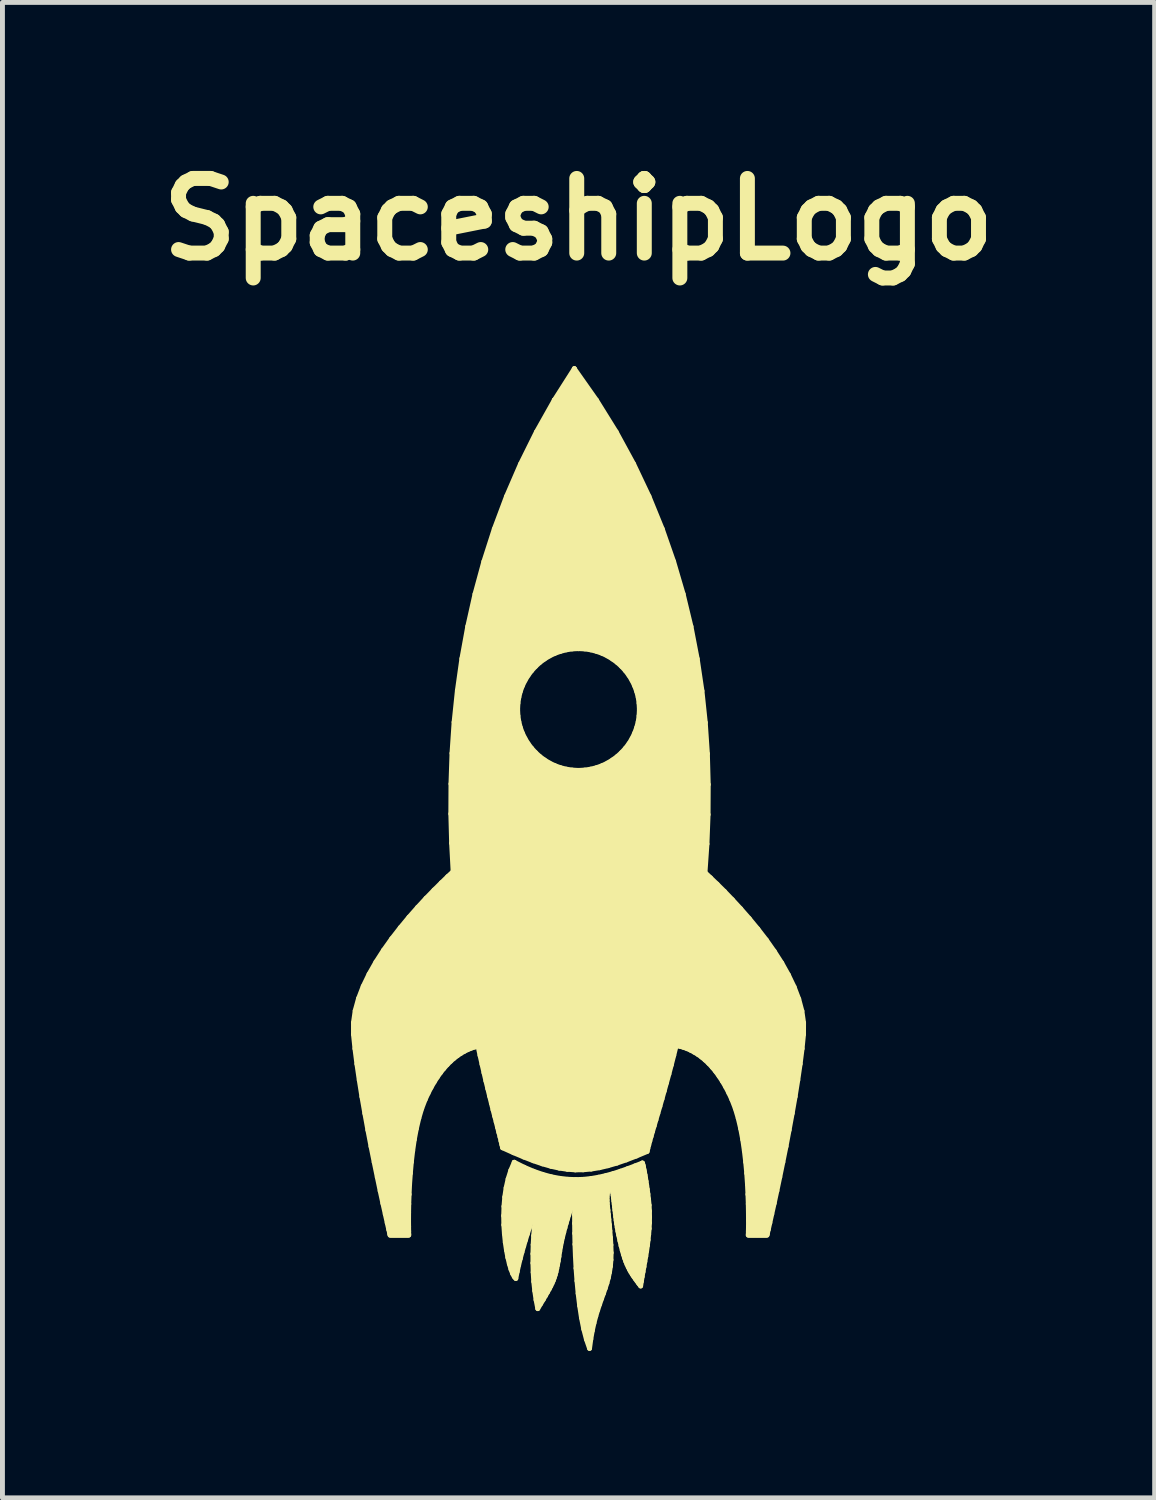
<source format=kicad_pcb>
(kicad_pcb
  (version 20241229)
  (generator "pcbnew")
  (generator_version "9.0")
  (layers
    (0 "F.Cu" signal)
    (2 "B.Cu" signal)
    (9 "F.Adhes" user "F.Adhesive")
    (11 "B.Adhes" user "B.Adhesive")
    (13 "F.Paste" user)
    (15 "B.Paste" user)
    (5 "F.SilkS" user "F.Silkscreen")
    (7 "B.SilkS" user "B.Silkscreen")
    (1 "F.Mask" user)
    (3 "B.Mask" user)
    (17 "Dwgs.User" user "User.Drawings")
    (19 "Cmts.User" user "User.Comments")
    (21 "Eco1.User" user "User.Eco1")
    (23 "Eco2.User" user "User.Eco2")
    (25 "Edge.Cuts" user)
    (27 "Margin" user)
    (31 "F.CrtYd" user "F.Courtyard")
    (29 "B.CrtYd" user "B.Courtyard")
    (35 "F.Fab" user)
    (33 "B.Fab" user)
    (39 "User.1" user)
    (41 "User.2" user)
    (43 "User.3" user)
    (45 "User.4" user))
  (footprint "SpaceshipLogo"
    (layer "F.Cu")
    (at 8.759 14.475)
    (property "Reference" "SpaceshipLogo" (at 0 -13.048 0) (layer "F.SilkS") (effects (font (size 1.524 1.524) (thickness 0.305))))
    (attr through_hole)
    (fp_line (start -4.594 3.349) (end -4.594 3.588) (stroke (width 0.1) (type solid)) (layer "F.SilkS"))
    (fp_line (start -4.594 3.588) (end -4.564 3.88) (stroke (width 0.1) (type solid)) (layer "F.SilkS"))
    (fp_line (start -4.564 3.88) (end -4.524 4.193) (stroke (width 0.1) (type solid)) (layer "F.SilkS"))
    (fp_line (start -4.559 3.105) (end -4.594 3.349) (stroke (width 0.1) (type solid)) (layer "F.SilkS"))
    (fp_line (start -4.524 4.193) (end -4.476 4.521) (stroke (width 0.1) (type solid)) (layer "F.SilkS"))
    (fp_line (start -4.491 2.857) (end -4.559 3.105) (stroke (width 0.1) (type solid)) (layer "F.SilkS"))
    (fp_line (start -4.476 4.521) (end -4.422 4.859) (stroke (width 0.1) (type solid)) (layer "F.SilkS"))
    (fp_line (start -4.422 4.859) (end -4.362 5.201) (stroke (width 0.1) (type solid)) (layer "F.SilkS"))
    (fp_line (start -4.395 2.607) (end -4.491 2.857) (stroke (width 0.1) (type solid)) (layer "F.SilkS"))
    (fp_line (start -4.362 5.201) (end -4.3 5.542) (stroke (width 0.1) (type solid)) (layer "F.SilkS"))
    (fp_line (start -4.3 5.542) (end -4.236 5.876) (stroke (width 0.1) (type solid)) (layer "F.SilkS"))
    (fp_line (start -4.275 2.358) (end -4.395 2.607) (stroke (width 0.1) (type solid)) (layer "F.SilkS"))
    (fp_line (start -4.236 5.876) (end -4.171 6.198) (stroke (width 0.1) (type solid)) (layer "F.SilkS"))
    (fp_line (start -4.171 6.198) (end -4.108 6.502) (stroke (width 0.1) (type solid)) (layer "F.SilkS"))
    (fp_line (start -4.135 2.111) (end -4.275 2.358) (stroke (width 0.1) (type solid)) (layer "F.SilkS"))
    (fp_line (start -4.108 6.502) (end -4.049 6.784) (stroke (width 0.1) (type solid)) (layer "F.SilkS"))
    (fp_line (start -4.049 6.784) (end -3.994 7.037) (stroke (width 0.1) (type solid)) (layer "F.SilkS"))
    (fp_line (start -3.994 7.037) (end -3.945 7.256) (stroke (width 0.1) (type solid)) (layer "F.SilkS"))
    (fp_line (start -3.98 1.87) (end -4.135 2.111) (stroke (width 0.1) (type solid)) (layer "F.SilkS"))
    (fp_line (start -3.945 7.256) (end -3.905 7.436) (stroke (width 0.1) (type solid)) (layer "F.SilkS"))
    (fp_line (start -3.905 7.436) (end -3.874 7.572) (stroke (width 0.1) (type solid)) (layer "F.SilkS"))
    (fp_line (start -3.874 7.572) (end -3.854 7.657) (stroke (width 0.1) (type solid)) (layer "F.SilkS"))
    (fp_line (start -3.854 7.657) (end -3.847 7.687) (stroke (width 0.1) (type solid)) (layer "F.SilkS"))
    (fp_line (start -3.847 7.687) (end -3.823 7.687) (stroke (width 0.1) (type solid)) (layer "F.SilkS"))
    (fp_line (start -3.823 7.687) (end -3.799 7.687) (stroke (width 0.1) (type solid)) (layer "F.SilkS"))
    (fp_line (start -3.813 1.635) (end -3.98 1.87) (stroke (width 0.1) (type solid)) (layer "F.SilkS"))
    (fp_line (start -3.799 7.687) (end -3.775 7.687) (stroke (width 0.1) (type solid)) (layer "F.SilkS"))
    (fp_line (start -3.775 7.687) (end -3.752 7.687) (stroke (width 0.1) (type solid)) (layer "F.SilkS"))
    (fp_line (start -3.752 7.687) (end -3.728 7.687) (stroke (width 0.1) (type solid)) (layer "F.SilkS"))
    (fp_line (start -3.728 7.687) (end -3.704 7.687) (stroke (width 0.1) (type solid)) (layer "F.SilkS"))
    (fp_line (start -3.704 7.687) (end -3.68 7.687) (stroke (width 0.1) (type solid)) (layer "F.SilkS"))
    (fp_line (start -3.68 7.687) (end -3.656 7.687) (stroke (width 0.1) (type solid)) (layer "F.SilkS"))
    (fp_line (start -3.656 7.687) (end -3.632 7.687) (stroke (width 0.1) (type solid)) (layer "F.SilkS"))
    (fp_line (start -3.638 1.41) (end -3.813 1.635) (stroke (width 0.1) (type solid)) (layer "F.SilkS"))
    (fp_line (start -3.632 7.687) (end -3.608 7.687) (stroke (width 0.1) (type solid)) (layer "F.SilkS"))
    (fp_line (start -3.608 7.687) (end -3.584 7.687) (stroke (width 0.1) (type solid)) (layer "F.SilkS"))
    (fp_line (start -3.584 7.687) (end -3.561 7.687) (stroke (width 0.1) (type solid)) (layer "F.SilkS"))
    (fp_line (start -3.561 7.687) (end -3.537 7.687) (stroke (width 0.1) (type solid)) (layer "F.SilkS"))
    (fp_line (start -3.537 7.687) (end -3.513 7.687) (stroke (width 0.1) (type solid)) (layer "F.SilkS"))
    (fp_line (start -3.513 7.687) (end -3.489 7.687) (stroke (width 0.1) (type solid)) (layer "F.SilkS"))
    (fp_line (start -3.489 7.687) (end -3.466 7.687) (stroke (width 0.1) (type solid)) (layer "F.SilkS"))
    (fp_line (start -3.469 7.382) (end -3.468 7.228) (stroke (width 0.1) (type solid)) (layer "F.SilkS"))
    (fp_line (start -3.468 7.509) (end -3.469 7.382) (stroke (width 0.1) (type solid)) (layer "F.SilkS"))
    (fp_line (start -3.468 7.228) (end -3.465 7.051) (stroke (width 0.1) (type solid)) (layer "F.SilkS"))
    (fp_line (start -3.467 7.605) (end -3.468 7.509) (stroke (width 0.1) (type solid)) (layer "F.SilkS"))
    (fp_line (start -3.466 7.666) (end -3.467 7.605) (stroke (width 0.1) (type solid)) (layer "F.SilkS"))
    (fp_line (start -3.466 7.687) (end -3.466 7.666) (stroke (width 0.1) (type solid)) (layer "F.SilkS"))
    (fp_line (start -3.465 7.051) (end -3.458 6.855) (stroke (width 0.1) (type solid)) (layer "F.SilkS"))
    (fp_line (start -3.461 1.196) (end -3.638 1.41) (stroke (width 0.1) (type solid)) (layer "F.SilkS"))
    (fp_line (start -3.458 6.855) (end -3.448 6.644) (stroke (width 0.1) (type solid)) (layer "F.SilkS"))
    (fp_line (start -3.448 6.644) (end -3.432 6.423) (stroke (width 0.1) (type solid)) (layer "F.SilkS"))
    (fp_line (start -3.432 6.423) (end -3.412 6.195) (stroke (width 0.1) (type solid)) (layer "F.SilkS"))
    (fp_line (start -3.412 6.195) (end -3.385 5.965) (stroke (width 0.1) (type solid)) (layer "F.SilkS"))
    (fp_line (start -3.385 5.965) (end -3.352 5.737) (stroke (width 0.1) (type solid)) (layer "F.SilkS"))
    (fp_line (start -3.352 5.737) (end -3.31 5.514) (stroke (width 0.1) (type solid)) (layer "F.SilkS"))
    (fp_line (start -3.31 5.514) (end -3.26 5.302) (stroke (width 0.1) (type solid)) (layer "F.SilkS"))
    (fp_line (start -3.284 0.995) (end -3.461 1.196) (stroke (width 0.1) (type solid)) (layer "F.SilkS"))
    (fp_line (start -3.26 5.302) (end -3.201 5.103) (stroke (width 0.1) (type solid)) (layer "F.SilkS"))
    (fp_line (start -3.201 5.103) (end -3.132 4.923) (stroke (width 0.1) (type solid)) (layer "F.SilkS"))
    (fp_line (start -3.132 4.923) (end -3.072 4.793) (stroke (width 0.1) (type solid)) (layer "F.SilkS"))
    (fp_line (start -3.113 0.81) (end -3.284 0.995) (stroke (width 0.1) (type solid)) (layer "F.SilkS"))
    (fp_line (start -3.072 4.793) (end -3.011 4.674) (stroke (width 0.1) (type solid)) (layer "F.SilkS"))
    (fp_line (start -3.011 4.674) (end -2.947 4.563) (stroke (width 0.1) (type solid)) (layer "F.SilkS"))
    (fp_line (start -2.95 0.643) (end -3.113 0.81) (stroke (width 0.1) (type solid)) (layer "F.SilkS"))
    (fp_line (start -2.947 4.563) (end -2.883 4.462) (stroke (width 0.1) (type solid)) (layer "F.SilkS"))
    (fp_line (start -2.883 4.462) (end -2.817 4.369) (stroke (width 0.1) (type solid)) (layer "F.SilkS"))
    (fp_line (start -2.817 4.369) (end -2.75 4.285) (stroke (width 0.1) (type solid)) (layer "F.SilkS"))
    (fp_line (start -2.801 0.495) (end -2.95 0.643) (stroke (width 0.1) (type solid)) (layer "F.SilkS"))
    (fp_line (start -2.75 4.285) (end -2.682 4.209) (stroke (width 0.1) (type solid)) (layer "F.SilkS"))
    (fp_line (start -2.682 4.209) (end -2.613 4.14) (stroke (width 0.1) (type solid)) (layer "F.SilkS"))
    (fp_line (start -2.67 0.368) (end -2.801 0.495) (stroke (width 0.1) (type solid)) (layer "F.SilkS"))
    (fp_line (start -2.613 4.14) (end -2.544 4.079) (stroke (width 0.1) (type solid)) (layer "F.SilkS"))
    (fp_line (start -2.607 -0.913) (end -2.591 -0.316) (stroke (width 0.1) (type solid)) (layer "F.SilkS"))
    (fp_line (start -2.604 -1.525) (end -2.607 -0.913) (stroke (width 0.1) (type solid)) (layer "F.SilkS"))
    (fp_line (start -2.591 -0.316) (end -2.56 0.266) (stroke (width 0.1) (type solid)) (layer "F.SilkS"))
    (fp_line (start -2.583 -2.15) (end -2.604 -1.525) (stroke (width 0.1) (type solid)) (layer "F.SilkS"))
    (fp_line (start -2.56 0.266) (end -2.67 0.368) (stroke (width 0.1) (type solid)) (layer "F.SilkS"))
    (fp_line (start -2.544 4.079) (end -2.474 4.025) (stroke (width 0.1) (type solid)) (layer "F.SilkS"))
    (fp_line (start -2.54 -2.785) (end -2.583 -2.15) (stroke (width 0.1) (type solid)) (layer "F.SilkS"))
    (fp_line (start -2.474 4.025) (end -2.403 3.977) (stroke (width 0.1) (type solid)) (layer "F.SilkS"))
    (fp_line (start -2.473 -3.429) (end -2.54 -2.785) (stroke (width 0.1) (type solid)) (layer "F.SilkS"))
    (fp_line (start -2.403 3.977) (end -2.333 3.936) (stroke (width 0.1) (type solid)) (layer "F.SilkS"))
    (fp_line (start -2.381 -4.081) (end -2.473 -3.429) (stroke (width 0.1) (type solid)) (layer "F.SilkS"))
    (fp_line (start -2.333 3.936) (end -2.262 3.901) (stroke (width 0.1) (type solid)) (layer "F.SilkS"))
    (fp_line (start -2.262 3.901) (end -2.192 3.871) (stroke (width 0.1) (type solid)) (layer "F.SilkS"))
    (fp_line (start -2.261 -4.739) (end -2.381 -4.081) (stroke (width 0.1) (type solid)) (layer "F.SilkS"))
    (fp_line (start -2.192 3.871) (end -2.122 3.848) (stroke (width 0.1) (type solid)) (layer "F.SilkS"))
    (fp_line (start -2.122 3.848) (end -2.052 3.828) (stroke (width 0.1) (type solid)) (layer "F.SilkS"))
    (fp_line (start -2.113 -5.4) (end -2.261 -4.739) (stroke (width 0.1) (type solid)) (layer "F.SilkS"))
    (fp_line (start -2.052 3.828) (end -2.011 4.016) (stroke (width 0.1) (type solid)) (layer "F.SilkS"))
    (fp_line (start -2.011 4.016) (end -1.97 4.198) (stroke (width 0.1) (type solid)) (layer "F.SilkS"))
    (fp_line (start -1.97 4.198) (end -1.93 4.371) (stroke (width 0.1) (type solid)) (layer "F.SilkS"))
    (fp_line (start -1.932 -6.064) (end -2.113 -5.4) (stroke (width 0.1) (type solid)) (layer "F.SilkS"))
    (fp_line (start -1.93 4.371) (end -1.891 4.538) (stroke (width 0.1) (type solid)) (layer "F.SilkS"))
    (fp_line (start -1.891 4.538) (end -1.852 4.697) (stroke (width 0.1) (type solid)) (layer "F.SilkS"))
    (fp_line (start -1.852 4.697) (end -1.815 4.849) (stroke (width 0.1) (type solid)) (layer "F.SilkS"))
    (fp_line (start -1.815 4.849) (end -1.779 4.993) (stroke (width 0.1) (type solid)) (layer "F.SilkS"))
    (fp_line (start -1.779 4.993) (end -1.745 5.129) (stroke (width 0.1) (type solid)) (layer "F.SilkS"))
    (fp_line (start -1.745 5.129) (end -1.712 5.256) (stroke (width 0.1) (type solid)) (layer "F.SilkS"))
    (fp_line (start -1.719 -6.728) (end -1.932 -6.064) (stroke (width 0.1) (type solid)) (layer "F.SilkS"))
    (fp_line (start -1.712 5.256) (end -1.681 5.375) (stroke (width 0.1) (type solid)) (layer "F.SilkS"))
    (fp_line (start -1.681 5.375) (end -1.653 5.486) (stroke (width 0.1) (type solid)) (layer "F.SilkS"))
    (fp_line (start -1.653 5.486) (end -1.627 5.588) (stroke (width 0.1) (type solid)) (layer "F.SilkS"))
    (fp_line (start -1.627 5.588) (end -1.603 5.68) (stroke (width 0.1) (type solid)) (layer "F.SilkS"))
    (fp_line (start -1.603 5.68) (end -1.583 5.764) (stroke (width 0.1) (type solid)) (layer "F.SilkS"))
    (fp_line (start -1.583 5.764) (end -1.565 5.839) (stroke (width 0.1) (type solid)) (layer "F.SilkS"))
    (fp_line (start -1.565 5.839) (end -1.55 5.904) (stroke (width 0.1) (type solid)) (layer "F.SilkS"))
    (fp_line (start -1.55 5.904) (end -1.326 6.005) (stroke (width 0.1) (type solid)) (layer "F.SilkS"))
    (fp_line (start -1.528 7.291) (end -1.522 7.1) (stroke (width 0.1) (type solid)) (layer "F.SilkS"))
    (fp_line (start -1.525 7.478) (end -1.528 7.291) (stroke (width 0.1) (type solid)) (layer "F.SilkS"))
    (fp_line (start -1.522 7.1) (end -1.506 6.909) (stroke (width 0.1) (type solid)) (layer "F.SilkS"))
    (fp_line (start -1.513 7.66) (end -1.525 7.478) (stroke (width 0.1) (type solid)) (layer "F.SilkS"))
    (fp_line (start -1.506 6.909) (end -1.478 6.721) (stroke (width 0.1) (type solid)) (layer "F.SilkS"))
    (fp_line (start -1.495 7.833) (end -1.513 7.66) (stroke (width 0.1) (type solid)) (layer "F.SilkS"))
    (fp_line (start -1.478 6.721) (end -1.437 6.539) (stroke (width 0.1) (type solid)) (layer "F.SilkS"))
    (fp_line (start -1.471 7.994) (end -1.495 7.833) (stroke (width 0.1) (type solid)) (layer "F.SilkS"))
    (fp_line (start -1.471 -7.391) (end -1.719 -6.728) (stroke (width 0.1) (type solid)) (layer "F.SilkS"))
    (fp_line (start -1.443 8.142) (end -1.471 7.994) (stroke (width 0.1) (type solid)) (layer "F.SilkS"))
    (fp_line (start -1.437 6.539) (end -1.382 6.364) (stroke (width 0.1) (type solid)) (layer "F.SilkS"))
    (fp_line (start -1.412 8.273) (end -1.443 8.142) (stroke (width 0.1) (type solid)) (layer "F.SilkS"))
    (fp_line (start -1.382 6.364) (end -1.312 6.2) (stroke (width 0.1) (type solid)) (layer "F.SilkS"))
    (fp_line (start -1.379 8.384) (end -1.412 8.273) (stroke (width 0.1) (type solid)) (layer "F.SilkS"))
    (fp_line (start -1.345 8.473) (end -1.379 8.384) (stroke (width 0.1) (type solid)) (layer "F.SilkS"))
    (fp_line (start -1.326 6.005) (end -1.116 6.093) (stroke (width 0.1) (type solid)) (layer "F.SilkS"))
    (fp_line (start -1.312 6.2) (end -1.312 6.2) (stroke (width 0.1) (type solid)) (layer "F.SilkS"))
    (fp_line (start -1.312 6.2) (end -1.111 6.301) (stroke (width 0.1) (type solid)) (layer "F.SilkS"))
    (fp_line (start -1.311 8.536) (end -1.345 8.473) (stroke (width 0.1) (type solid)) (layer "F.SilkS"))
    (fp_line (start -1.28 8.572) (end -1.311 8.536) (stroke (width 0.1) (type solid)) (layer "F.SilkS"))
    (fp_line (start -1.252 8.432) (end -1.28 8.572) (stroke (width 0.1) (type solid)) (layer "F.SilkS"))
    (fp_line (start -1.243 -3.042) (end -1.237 -3.17) (stroke (width 0.1) (type solid)) (layer "F.SilkS"))
    (fp_line (start -1.237 -3.17) (end -1.218 -3.293) (stroke (width 0.1) (type solid)) (layer "F.SilkS"))
    (fp_line (start -1.237 -2.915) (end -1.243 -3.042) (stroke (width 0.1) (type solid)) (layer "F.SilkS"))
    (fp_line (start -1.222 8.297) (end -1.252 8.432) (stroke (width 0.1) (type solid)) (layer "F.SilkS"))
    (fp_line (start -1.218 -3.293) (end -1.188 -3.412) (stroke (width 0.1) (type solid)) (layer "F.SilkS"))
    (fp_line (start -1.218 -2.792) (end -1.237 -2.915) (stroke (width 0.1) (type solid)) (layer "F.SilkS"))
    (fp_line (start -1.189 8.165) (end -1.222 8.297) (stroke (width 0.1) (type solid)) (layer "F.SilkS"))
    (fp_line (start -1.188 -3.412) (end -1.146 -3.526) (stroke (width 0.1) (type solid)) (layer "F.SilkS"))
    (fp_line (start -1.188 -2.673) (end -1.218 -2.792) (stroke (width 0.1) (type solid)) (layer "F.SilkS"))
    (fp_line (start -1.185 -8.052) (end -1.471 -7.391) (stroke (width 0.1) (type solid)) (layer "F.SilkS"))
    (fp_line (start -1.155 8.036) (end -1.189 8.165) (stroke (width 0.1) (type solid)) (layer "F.SilkS"))
    (fp_line (start -1.146 -3.526) (end -1.093 -3.635) (stroke (width 0.1) (type solid)) (layer "F.SilkS"))
    (fp_line (start -1.146 -2.559) (end -1.188 -2.673) (stroke (width 0.1) (type solid)) (layer "F.SilkS"))
    (fp_line (start -1.119 7.91) (end -1.155 8.036) (stroke (width 0.1) (type solid)) (layer "F.SilkS"))
    (fp_line (start -1.116 6.093) (end -0.921 6.169) (stroke (width 0.1) (type solid)) (layer "F.SilkS"))
    (fp_line (start -1.111 6.301) (end -0.919 6.383) (stroke (width 0.1) (type solid)) (layer "F.SilkS"))
    (fp_line (start -1.093 -3.635) (end -1.031 -3.737) (stroke (width 0.1) (type solid)) (layer "F.SilkS"))
    (fp_line (start -1.093 -2.45) (end -1.146 -2.559) (stroke (width 0.1) (type solid)) (layer "F.SilkS"))
    (fp_line (start -1.082 7.786) (end -1.119 7.91) (stroke (width 0.1) (type solid)) (layer "F.SilkS"))
    (fp_line (start -1.045 7.664) (end -1.082 7.786) (stroke (width 0.1) (type solid)) (layer "F.SilkS"))
    (fp_line (start -1.031 -3.737) (end -0.959 -3.833) (stroke (width 0.1) (type solid)) (layer "F.SilkS"))
    (fp_line (start -1.031 -2.347) (end -1.093 -2.45) (stroke (width 0.1) (type solid)) (layer "F.SilkS"))
    (fp_line (start -1.007 7.545) (end -1.045 7.664) (stroke (width 0.1) (type solid)) (layer "F.SilkS"))
    (fp_line (start -0.969 7.426) (end -1.007 7.545) (stroke (width 0.1) (type solid)) (layer "F.SilkS"))
    (fp_line (start -0.959 -3.833) (end -0.879 -3.921) (stroke (width 0.1) (type solid)) (layer "F.SilkS"))
    (fp_line (start -0.959 -2.252) (end -1.031 -2.347) (stroke (width 0.1) (type solid)) (layer "F.SilkS"))
    (fp_line (start -0.931 8.068) (end -0.926 7.882) (stroke (width 0.1) (type solid)) (layer "F.SilkS"))
    (fp_line (start -0.931 8.256) (end -0.931 8.068) (stroke (width 0.1) (type solid)) (layer "F.SilkS"))
    (fp_line (start -0.931 7.309) (end -0.969 7.426) (stroke (width 0.1) (type solid)) (layer "F.SilkS"))
    (fp_line (start -0.926 7.882) (end -0.916 7.701) (stroke (width 0.1) (type solid)) (layer "F.SilkS"))
    (fp_line (start -0.926 8.446) (end -0.931 8.256) (stroke (width 0.1) (type solid)) (layer "F.SilkS"))
    (fp_line (start -0.921 6.169) (end -0.736 6.232) (stroke (width 0.1) (type solid)) (layer "F.SilkS"))
    (fp_line (start -0.919 6.383) (end -0.734 6.447) (stroke (width 0.1) (type solid)) (layer "F.SilkS"))
    (fp_line (start -0.916 7.701) (end -0.901 7.527) (stroke (width 0.1) (type solid)) (layer "F.SilkS"))
    (fp_line (start -0.914 8.635) (end -0.926 8.446) (stroke (width 0.1) (type solid)) (layer "F.SilkS"))
    (fp_line (start -0.901 7.527) (end -0.883 7.36) (stroke (width 0.1) (type solid)) (layer "F.SilkS"))
    (fp_line (start -0.894 7.193) (end -0.931 7.309) (stroke (width 0.1) (type solid)) (layer "F.SilkS"))
    (fp_line (start -0.894 8.823) (end -0.914 8.635) (stroke (width 0.1) (type solid)) (layer "F.SilkS"))
    (fp_line (start -0.883 7.36) (end -0.862 7.203) (stroke (width 0.1) (type solid)) (layer "F.SilkS"))
    (fp_line (start -0.879 -3.921) (end -0.791 -4.002) (stroke (width 0.1) (type solid)) (layer "F.SilkS"))
    (fp_line (start -0.879 -2.164) (end -0.959 -2.252) (stroke (width 0.1) (type solid)) (layer "F.SilkS"))
    (fp_line (start -0.867 9.008) (end -0.894 8.823) (stroke (width 0.1) (type solid)) (layer "F.SilkS"))
    (fp_line (start -0.862 7.203) (end -0.838 7.057) (stroke (width 0.1) (type solid)) (layer "F.SilkS"))
    (fp_line (start -0.86 -8.708) (end -1.185 -8.052) (stroke (width 0.1) (type solid)) (layer "F.SilkS"))
    (fp_line (start -0.858 7.078) (end -0.894 7.193) (stroke (width 0.1) (type solid)) (layer "F.SilkS"))
    (fp_line (start -0.838 7.057) (end -0.812 6.923) (stroke (width 0.1) (type solid)) (layer "F.SilkS"))
    (fp_line (start -0.832 9.187) (end -0.867 9.008) (stroke (width 0.1) (type solid)) (layer "F.SilkS"))
    (fp_line (start -0.823 6.962) (end -0.858 7.078) (stroke (width 0.1) (type solid)) (layer "F.SilkS"))
    (fp_line (start -0.812 6.923) (end -0.786 6.804) (stroke (width 0.1) (type solid)) (layer "F.SilkS"))
    (fp_line (start -0.791 -4.002) (end -0.695 -4.073) (stroke (width 0.1) (type solid)) (layer "F.SilkS"))
    (fp_line (start -0.791 -2.083) (end -0.879 -2.164) (stroke (width 0.1) (type solid)) (layer "F.SilkS"))
    (fp_line (start -0.79 6.847) (end -0.823 6.962) (stroke (width 0.1) (type solid)) (layer "F.SilkS"))
    (fp_line (start -0.786 6.804) (end -0.758 6.701) (stroke (width 0.1) (type solid)) (layer "F.SilkS"))
    (fp_line (start -0.773 9.088) (end -0.832 9.187) (stroke (width 0.1) (type solid)) (layer "F.SilkS"))
    (fp_line (start -0.759 6.731) (end -0.79 6.847) (stroke (width 0.1) (type solid)) (layer "F.SilkS"))
    (fp_line (start -0.758 6.701) (end -0.73 6.615) (stroke (width 0.1) (type solid)) (layer "F.SilkS"))
    (fp_line (start -0.736 6.232) (end -0.561 6.282) (stroke (width 0.1) (type solid)) (layer "F.SilkS"))
    (fp_line (start -0.734 6.447) (end -0.556 6.496) (stroke (width 0.1) (type solid)) (layer "F.SilkS"))
    (fp_line (start -0.73 6.615) (end -0.759 6.731) (stroke (width 0.1) (type solid)) (layer "F.SilkS"))
    (fp_line (start -0.72 9.001) (end -0.773 9.088) (stroke (width 0.1) (type solid)) (layer "F.SilkS"))
    (fp_line (start -0.695 -4.073) (end -0.593 -4.136) (stroke (width 0.1) (type solid)) (layer "F.SilkS"))
    (fp_line (start -0.695 -2.012) (end -0.791 -2.083) (stroke (width 0.1) (type solid)) (layer "F.SilkS"))
    (fp_line (start -0.674 8.922) (end -0.72 9.001) (stroke (width 0.1) (type solid)) (layer "F.SilkS"))
    (fp_line (start -0.634 8.852) (end -0.674 8.922) (stroke (width 0.1) (type solid)) (layer "F.SilkS"))
    (fp_line (start -0.598 8.787) (end -0.634 8.852) (stroke (width 0.1) (type solid)) (layer "F.SilkS"))
    (fp_line (start -0.593 -4.136) (end -0.484 -4.188) (stroke (width 0.1) (type solid)) (layer "F.SilkS"))
    (fp_line (start -0.593 -1.949) (end -0.695 -2.012) (stroke (width 0.1) (type solid)) (layer "F.SilkS"))
    (fp_line (start -0.567 8.727) (end -0.598 8.787) (stroke (width 0.1) (type solid)) (layer "F.SilkS"))
    (fp_line (start -0.561 6.282) (end -0.392 6.319) (stroke (width 0.1) (type solid)) (layer "F.SilkS"))
    (fp_line (start -0.556 6.496) (end -0.383 6.528) (stroke (width 0.1) (type solid)) (layer "F.SilkS"))
    (fp_line (start -0.54 8.67) (end -0.567 8.727) (stroke (width 0.1) (type solid)) (layer "F.SilkS"))
    (fp_line (start -0.516 8.615) (end -0.54 8.67) (stroke (width 0.1) (type solid)) (layer "F.SilkS"))
    (fp_line (start -0.496 8.559) (end -0.516 8.615) (stroke (width 0.1) (type solid)) (layer "F.SilkS"))
    (fp_line (start -0.494 -9.358) (end -0.86 -8.708) (stroke (width 0.1) (type solid)) (layer "F.SilkS"))
    (fp_line (start -0.494 -9.358) (end -0.001 -4.285) (stroke (width 0.1) (type solid)) (layer "F.SilkS"))
    (fp_line (start -0.484 -4.188) (end -0.37 -4.229) (stroke (width 0.1) (type solid)) (layer "F.SilkS"))
    (fp_line (start -0.484 -1.897) (end -0.593 -1.949) (stroke (width 0.1) (type solid)) (layer "F.SilkS"))
    (fp_line (start -0.477 8.501) (end -0.496 8.559) (stroke (width 0.1) (type solid)) (layer "F.SilkS"))
    (fp_line (start -0.46 8.439) (end -0.477 8.501) (stroke (width 0.1) (type solid)) (layer "F.SilkS"))
    (fp_line (start -0.445 8.372) (end -0.46 8.439) (stroke (width 0.1) (type solid)) (layer "F.SilkS"))
    (fp_line (start -0.43 8.299) (end -0.445 8.372) (stroke (width 0.1) (type solid)) (layer "F.SilkS"))
    (fp_line (start -0.415 8.216) (end -0.43 8.299) (stroke (width 0.1) (type solid)) (layer "F.SilkS"))
    (fp_line (start -0.4 8.124) (end -0.415 8.216) (stroke (width 0.1) (type solid)) (layer "F.SilkS"))
    (fp_line (start -0.392 6.319) (end -0.228 6.343) (stroke (width 0.1) (type solid)) (layer "F.SilkS"))
    (fp_line (start -0.384 8.02) (end -0.4 8.124) (stroke (width 0.1) (type solid)) (layer "F.SilkS"))
    (fp_line (start -0.383 6.528) (end -0.217 6.547) (stroke (width 0.1) (type solid)) (layer "F.SilkS"))
    (fp_line (start -0.37 -4.229) (end -0.251 -4.26) (stroke (width 0.1) (type solid)) (layer "F.SilkS"))
    (fp_line (start -0.37 -1.855) (end -0.484 -1.897) (stroke (width 0.1) (type solid)) (layer "F.SilkS"))
    (fp_line (start -0.367 7.922) (end -0.384 8.02) (stroke (width 0.1) (type solid)) (layer "F.SilkS"))
    (fp_line (start -0.348 7.824) (end -0.367 7.922) (stroke (width 0.1) (type solid)) (layer "F.SilkS"))
    (fp_line (start -0.326 7.727) (end -0.348 7.824) (stroke (width 0.1) (type solid)) (layer "F.SilkS"))
    (fp_line (start -0.302 7.63) (end -0.326 7.727) (stroke (width 0.1) (type solid)) (layer "F.SilkS"))
    (fp_line (start -0.277 7.536) (end -0.302 7.63) (stroke (width 0.1) (type solid)) (layer "F.SilkS"))
    (fp_line (start -0.252 7.445) (end -0.277 7.536) (stroke (width 0.1) (type solid)) (layer "F.SilkS"))
    (fp_line (start -0.251 -4.26) (end -0.128 -4.279) (stroke (width 0.1) (type solid)) (layer "F.SilkS"))
    (fp_line (start -0.251 -1.825) (end -0.37 -1.855) (stroke (width 0.1) (type solid)) (layer "F.SilkS"))
    (fp_line (start -0.228 6.343) (end -0.066 6.355) (stroke (width 0.1) (type solid)) (layer "F.SilkS"))
    (fp_line (start -0.226 7.358) (end -0.252 7.445) (stroke (width 0.1) (type solid)) (layer "F.SilkS"))
    (fp_line (start -0.217 6.547) (end -0.055 6.553) (stroke (width 0.1) (type solid)) (layer "F.SilkS"))
    (fp_line (start -0.2 7.275) (end -0.226 7.358) (stroke (width 0.1) (type solid)) (layer "F.SilkS"))
    (fp_line (start -0.176 7.2) (end -0.2 7.275) (stroke (width 0.1) (type solid)) (layer "F.SilkS"))
    (fp_line (start -0.153 7.131) (end -0.176 7.2) (stroke (width 0.1) (type solid)) (layer "F.SilkS"))
    (fp_line (start -0.132 7.07) (end -0.153 7.131) (stroke (width 0.1) (type solid)) (layer "F.SilkS"))
    (fp_line (start -0.128 -4.279) (end -0.001 -4.285) (stroke (width 0.1) (type solid)) (layer "F.SilkS"))
    (fp_line (start -0.128 -1.806) (end -0.251 -1.825) (stroke (width 0.1) (type solid)) (layer "F.SilkS"))
    (fp_line (start -0.113 7.018) (end -0.132 7.07) (stroke (width 0.1) (type solid)) (layer "F.SilkS"))
    (fp_line (start -0.098 6.976) (end -0.113 7.018) (stroke (width 0.1) (type solid)) (layer "F.SilkS"))
    (fp_line (start -0.086 6.944) (end -0.098 6.976) (stroke (width 0.1) (type solid)) (layer "F.SilkS"))
    (fp_line (start -0.086 -10) (end -0.085 -10) (stroke (width 0.1) (type solid)) (layer "F.SilkS"))
    (fp_line (start -0.085 -10) (end -0.494 -9.358) (stroke (width 0.1) (type solid)) (layer "F.SilkS"))
    (fp_line (start -0.081 7.27) (end -0.08 7.124) (stroke (width 0.1) (type solid)) (layer "F.SilkS"))
    (fp_line (start -0.08 7.447) (end -0.081 7.27) (stroke (width 0.1) (type solid)) (layer "F.SilkS"))
    (fp_line (start -0.08 7.124) (end -0.078 7.013) (stroke (width 0.1) (type solid)) (layer "F.SilkS"))
    (fp_line (start -0.079 6.925) (end -0.086 6.944) (stroke (width 0.1) (type solid)) (layer "F.SilkS"))
    (fp_line (start -0.078 7.013) (end -0.077 6.943) (stroke (width 0.1) (type solid)) (layer "F.SilkS"))
    (fp_line (start -0.078 7.65) (end -0.08 7.447) (stroke (width 0.1) (type solid)) (layer "F.SilkS"))
    (fp_line (start -0.077 6.943) (end -0.076 6.918) (stroke (width 0.1) (type solid)) (layer "F.SilkS"))
    (fp_line (start -0.076 6.918) (end -0.079 6.925) (stroke (width 0.1) (type solid)) (layer "F.SilkS"))
    (fp_line (start -0.073 7.874) (end -0.078 7.65) (stroke (width 0.1) (type solid)) (layer "F.SilkS"))
    (fp_line (start -0.066 6.355) (end 0.095 6.353) (stroke (width 0.1) (type solid)) (layer "F.SilkS"))
    (fp_line (start -0.064 8.113) (end -0.073 7.874) (stroke (width 0.1) (type solid)) (layer "F.SilkS"))
    (fp_line (start -0.055 6.553) (end 0.103 6.548) (stroke (width 0.1) (type solid)) (layer "F.SilkS"))
    (fp_line (start -0.051 8.363) (end -0.064 8.113) (stroke (width 0.1) (type solid)) (layer "F.SilkS"))
    (fp_line (start -0.032 8.62) (end -0.051 8.363) (stroke (width 0.1) (type solid)) (layer "F.SilkS"))
    (fp_line (start -0.008 8.877) (end -0.032 8.62) (stroke (width 0.1) (type solid)) (layer "F.SilkS"))
    (fp_line (start -0.001 -4.285) (end -0.494 -9.358) (stroke (width 0.1) (type solid)) (layer "F.SilkS"))
    (fp_line (start -0.001 -4.285) (end 0.127 -4.279) (stroke (width 0.1) (type solid)) (layer "F.SilkS"))
    (fp_line (start -0.001 -1.799) (end -0.128 -1.806) (stroke (width 0.1) (type solid)) (layer "F.SilkS"))
    (fp_line (start 0.023 9.129) (end -0.008 8.877) (stroke (width 0.1) (type solid)) (layer "F.SilkS"))
    (fp_line (start 0.06 9.373) (end 0.023 9.129) (stroke (width 0.1) (type solid)) (layer "F.SilkS"))
    (fp_line (start 0.095 6.353) (end 0.258 6.338) (stroke (width 0.1) (type solid)) (layer "F.SilkS"))
    (fp_line (start 0.103 6.548) (end 0.258 6.531) (stroke (width 0.1) (type solid)) (layer "F.SilkS"))
    (fp_line (start 0.106 9.603) (end 0.06 9.373) (stroke (width 0.1) (type solid)) (layer "F.SilkS"))
    (fp_line (start 0.127 -4.279) (end 0.25 -4.26) (stroke (width 0.1) (type solid)) (layer "F.SilkS"))
    (fp_line (start 0.127 -1.806) (end -0.001 -1.799) (stroke (width 0.1) (type solid)) (layer "F.SilkS"))
    (fp_line (start 0.161 9.814) (end 0.106 9.603) (stroke (width 0.1) (type solid)) (layer "F.SilkS"))
    (fp_line (start 0.225 10) (end 0.161 9.814) (stroke (width 0.1) (type solid)) (layer "F.SilkS"))
    (fp_line (start 0.25 -4.26) (end 0.369 -4.229) (stroke (width 0.1) (type solid)) (layer "F.SilkS"))
    (fp_line (start 0.25 -1.825) (end 0.127 -1.806) (stroke (width 0.1) (type solid)) (layer "F.SilkS"))
    (fp_line (start 0.251 9.809) (end 0.225 10) (stroke (width 0.1) (type solid)) (layer "F.SilkS"))
    (fp_line (start 0.258 6.531) (end 0.41 6.505) (stroke (width 0.1) (type solid)) (layer "F.SilkS"))
    (fp_line (start 0.258 6.338) (end 0.426 6.311) (stroke (width 0.1) (type solid)) (layer "F.SilkS"))
    (fp_line (start 0.281 9.638) (end 0.251 9.809) (stroke (width 0.1) (type solid)) (layer "F.SilkS"))
    (fp_line (start 0.315 9.483) (end 0.281 9.638) (stroke (width 0.1) (type solid)) (layer "F.SilkS"))
    (fp_line (start 0.352 9.343) (end 0.315 9.483) (stroke (width 0.1) (type solid)) (layer "F.SilkS"))
    (fp_line (start 0.365 -9.359) (end -0.086 -10) (stroke (width 0.1) (type solid)) (layer "F.SilkS"))
    (fp_line (start 0.369 -4.229) (end 0.484 -4.188) (stroke (width 0.1) (type solid)) (layer "F.SilkS"))
    (fp_line (start 0.369 -1.855) (end 0.25 -1.825) (stroke (width 0.1) (type solid)) (layer "F.SilkS"))
    (fp_line (start 0.391 9.215) (end 0.352 9.343) (stroke (width 0.1) (type solid)) (layer "F.SilkS"))
    (fp_line (start 0.41 6.505) (end 0.56 6.471) (stroke (width 0.1) (type solid)) (layer "F.SilkS"))
    (fp_line (start 0.426 6.311) (end 0.6 6.27) (stroke (width 0.1) (type solid)) (layer "F.SilkS"))
    (fp_line (start 0.431 9.096) (end 0.391 9.215) (stroke (width 0.1) (type solid)) (layer "F.SilkS"))
    (fp_line (start 0.47 8.984) (end 0.431 9.096) (stroke (width 0.1) (type solid)) (layer "F.SilkS"))
    (fp_line (start 0.484 -4.188) (end 0.592 -4.136) (stroke (width 0.1) (type solid)) (layer "F.SilkS"))
    (fp_line (start 0.484 -1.897) (end 0.369 -1.855) (stroke (width 0.1) (type solid)) (layer "F.SilkS"))
    (fp_line (start 0.509 8.877) (end 0.47 8.984) (stroke (width 0.1) (type solid)) (layer "F.SilkS"))
    (fp_line (start 0.545 8.772) (end 0.509 8.877) (stroke (width 0.1) (type solid)) (layer "F.SilkS"))
    (fp_line (start 0.56 6.471) (end 0.709 6.43) (stroke (width 0.1) (type solid)) (layer "F.SilkS"))
    (fp_line (start 0.579 8.667) (end 0.545 8.772) (stroke (width 0.1) (type solid)) (layer "F.SilkS"))
    (fp_line (start 0.582 6.914) (end 0.583 6.969) (stroke (width 0.1) (type solid)) (layer "F.SilkS"))
    (fp_line (start 0.583 6.969) (end 0.586 7.031) (stroke (width 0.1) (type solid)) (layer "F.SilkS"))
    (fp_line (start 0.585 6.864) (end 0.582 6.914) (stroke (width 0.1) (type solid)) (layer "F.SilkS"))
    (fp_line (start 0.586 7.031) (end 0.592 7.1) (stroke (width 0.1) (type solid)) (layer "F.SilkS"))
    (fp_line (start 0.591 6.818) (end 0.585 6.864) (stroke (width 0.1) (type solid)) (layer "F.SilkS"))
    (fp_line (start 0.592 7.1) (end 0.6 7.178) (stroke (width 0.1) (type solid)) (layer "F.SilkS"))
    (fp_line (start 0.592 -4.136) (end 0.694 -4.073) (stroke (width 0.1) (type solid)) (layer "F.SilkS"))
    (fp_line (start 0.592 -1.949) (end 0.484 -1.897) (stroke (width 0.1) (type solid)) (layer "F.SilkS"))
    (fp_line (start 0.6 7.178) (end 0.609 7.266) (stroke (width 0.1) (type solid)) (layer "F.SilkS"))
    (fp_line (start 0.6 6.27) (end 0.782 6.217) (stroke (width 0.1) (type solid)) (layer "F.SilkS"))
    (fp_line (start 0.602 6.776) (end 0.591 6.818) (stroke (width 0.1) (type solid)) (layer "F.SilkS"))
    (fp_line (start 0.608 8.558) (end 0.579 8.667) (stroke (width 0.1) (type solid)) (layer "F.SilkS"))
    (fp_line (start 0.609 7.266) (end 0.619 7.365) (stroke (width 0.1) (type solid)) (layer "F.SilkS"))
    (fp_line (start 0.617 6.736) (end 0.602 6.776) (stroke (width 0.1) (type solid)) (layer "F.SilkS"))
    (fp_line (start 0.619 7.365) (end 0.63 7.475) (stroke (width 0.1) (type solid)) (layer "F.SilkS"))
    (fp_line (start 0.63 7.475) (end 0.64 7.598) (stroke (width 0.1) (type solid)) (layer "F.SilkS"))
    (fp_line (start 0.632 8.445) (end 0.608 8.558) (stroke (width 0.1) (type solid)) (layer "F.SilkS"))
    (fp_line (start 0.638 6.697) (end 0.617 6.736) (stroke (width 0.1) (type solid)) (layer "F.SilkS"))
    (fp_line (start 0.64 7.598) (end 0.651 7.735) (stroke (width 0.1) (type solid)) (layer "F.SilkS"))
    (fp_line (start 0.651 8.323) (end 0.632 8.445) (stroke (width 0.1) (type solid)) (layer "F.SilkS"))
    (fp_line (start 0.651 7.735) (end 0.661 7.887) (stroke (width 0.1) (type solid)) (layer "F.SilkS"))
    (fp_line (start 0.661 7.887) (end 0.666 8.047) (stroke (width 0.1) (type solid)) (layer "F.SilkS"))
    (fp_line (start 0.662 8.191) (end 0.651 8.323) (stroke (width 0.1) (type solid)) (layer "F.SilkS"))
    (fp_line (start 0.663 6.658) (end 0.638 6.697) (stroke (width 0.1) (type solid)) (layer "F.SilkS"))
    (fp_line (start 0.666 8.047) (end 0.662 8.191) (stroke (width 0.1) (type solid)) (layer "F.SilkS"))
    (fp_line (start 0.676 6.711) (end 0.663 6.658) (stroke (width 0.1) (type solid)) (layer "F.SilkS"))
    (fp_line (start 0.688 6.765) (end 0.676 6.711) (stroke (width 0.1) (type solid)) (layer "F.SilkS"))
    (fp_line (start 0.694 -4.073) (end 0.79 -4.002) (stroke (width 0.1) (type solid)) (layer "F.SilkS"))
    (fp_line (start 0.694 -2.012) (end 0.592 -1.949) (stroke (width 0.1) (type solid)) (layer "F.SilkS"))
    (fp_line (start 0.698 6.819) (end 0.688 6.765) (stroke (width 0.1) (type solid)) (layer "F.SilkS"))
    (fp_line (start 0.707 6.875) (end 0.698 6.819) (stroke (width 0.1) (type solid)) (layer "F.SilkS"))
    (fp_line (start 0.709 6.43) (end 0.857 6.382) (stroke (width 0.1) (type solid)) (layer "F.SilkS"))
    (fp_line (start 0.715 6.933) (end 0.707 6.875) (stroke (width 0.1) (type solid)) (layer "F.SilkS"))
    (fp_line (start 0.722 6.992) (end 0.715 6.933) (stroke (width 0.1) (type solid)) (layer "F.SilkS"))
    (fp_line (start 0.729 7.052) (end 0.722 6.992) (stroke (width 0.1) (type solid)) (layer "F.SilkS"))
    (fp_line (start 0.736 7.115) (end 0.729 7.052) (stroke (width 0.1) (type solid)) (layer "F.SilkS"))
    (fp_line (start 0.743 7.179) (end 0.736 7.115) (stroke (width 0.1) (type solid)) (layer "F.SilkS"))
    (fp_line (start 0.751 7.245) (end 0.743 7.179) (stroke (width 0.1) (type solid)) (layer "F.SilkS"))
    (fp_line (start 0.759 7.313) (end 0.751 7.245) (stroke (width 0.1) (type solid)) (layer "F.SilkS"))
    (fp_line (start 0.768 -8.71) (end 0.365 -9.359) (stroke (width 0.1) (type solid)) (layer "F.SilkS"))
    (fp_line (start 0.768 7.383) (end 0.759 7.313) (stroke (width 0.1) (type solid)) (layer "F.SilkS"))
    (fp_line (start 0.778 7.455) (end 0.768 7.383) (stroke (width 0.1) (type solid)) (layer "F.SilkS"))
    (fp_line (start 0.782 6.217) (end 0.974 6.151) (stroke (width 0.1) (type solid)) (layer "F.SilkS"))
    (fp_line (start 0.79 -4.002) (end 0.879 -3.921) (stroke (width 0.1) (type solid)) (layer "F.SilkS"))
    (fp_line (start 0.79 -2.083) (end 0.694 -2.012) (stroke (width 0.1) (type solid)) (layer "F.SilkS"))
    (fp_line (start 0.79 7.53) (end 0.778 7.455) (stroke (width 0.1) (type solid)) (layer "F.SilkS"))
    (fp_line (start 0.804 7.607) (end 0.79 7.53) (stroke (width 0.1) (type solid)) (layer "F.SilkS"))
    (fp_line (start 0.82 7.686) (end 0.804 7.607) (stroke (width 0.1) (type solid)) (layer "F.SilkS"))
    (fp_line (start 0.845 7.801) (end 0.82 7.686) (stroke (width 0.1) (type solid)) (layer "F.SilkS"))
    (fp_line (start 0.857 6.382) (end 1.004 6.33) (stroke (width 0.1) (type solid)) (layer "F.SilkS"))
    (fp_line (start 0.869 7.905) (end 0.845 7.801) (stroke (width 0.1) (type solid)) (layer "F.SilkS"))
    (fp_line (start 0.879 -3.921) (end 0.959 -3.833) (stroke (width 0.1) (type solid)) (layer "F.SilkS"))
    (fp_line (start 0.879 -2.164) (end 0.79 -2.083) (stroke (width 0.1) (type solid)) (layer "F.SilkS"))
    (fp_line (start 0.893 7.998) (end 0.869 7.905) (stroke (width 0.1) (type solid)) (layer "F.SilkS"))
    (fp_line (start 0.917 8.081) (end 0.893 7.998) (stroke (width 0.1) (type solid)) (layer "F.SilkS"))
    (fp_line (start 0.941 8.156) (end 0.917 8.081) (stroke (width 0.1) (type solid)) (layer "F.SilkS"))
    (fp_line (start 0.959 -3.833) (end 1.031 -3.737) (stroke (width 0.1) (type solid)) (layer "F.SilkS"))
    (fp_line (start 0.959 -2.252) (end 0.879 -2.164) (stroke (width 0.1) (type solid)) (layer "F.SilkS"))
    (fp_line (start 0.965 8.224) (end 0.941 8.156) (stroke (width 0.1) (type solid)) (layer "F.SilkS"))
    (fp_line (start 0.974 6.151) (end 1.18 6.072) (stroke (width 0.1) (type solid)) (layer "F.SilkS"))
    (fp_line (start 0.99 8.285) (end 0.965 8.224) (stroke (width 0.1) (type solid)) (layer "F.SilkS"))
    (fp_line (start 1.004 6.33) (end 1.153 6.274) (stroke (width 0.1) (type solid)) (layer "F.SilkS"))
    (fp_line (start 1.016 8.341) (end 0.99 8.285) (stroke (width 0.1) (type solid)) (layer "F.SilkS"))
    (fp_line (start 1.031 -3.737) (end 1.093 -3.635) (stroke (width 0.1) (type solid)) (layer "F.SilkS"))
    (fp_line (start 1.031 -2.347) (end 0.959 -2.252) (stroke (width 0.1) (type solid)) (layer "F.SilkS"))
    (fp_line (start 1.042 8.393) (end 1.016 8.341) (stroke (width 0.1) (type solid)) (layer "F.SilkS"))
    (fp_line (start 1.069 8.441) (end 1.042 8.393) (stroke (width 0.1) (type solid)) (layer "F.SilkS"))
    (fp_line (start 1.093 -3.635) (end 1.145 -3.526) (stroke (width 0.1) (type solid)) (layer "F.SilkS"))
    (fp_line (start 1.093 -2.45) (end 1.031 -2.347) (stroke (width 0.1) (type solid)) (layer "F.SilkS"))
    (fp_line (start 1.098 8.488) (end 1.069 8.441) (stroke (width 0.1) (type solid)) (layer "F.SilkS"))
    (fp_line (start 1.125 -8.054) (end 0.768 -8.71) (stroke (width 0.1) (type solid)) (layer "F.SilkS"))
    (fp_line (start 1.128 8.533) (end 1.098 8.488) (stroke (width 0.1) (type solid)) (layer "F.SilkS"))
    (fp_line (start 1.145 -3.526) (end 1.187 -3.412) (stroke (width 0.1) (type solid)) (layer "F.SilkS"))
    (fp_line (start 1.145 -2.559) (end 1.093 -2.45) (stroke (width 0.1) (type solid)) (layer "F.SilkS"))
    (fp_line (start 1.153 6.274) (end 1.303 6.215) (stroke (width 0.1) (type solid)) (layer "F.SilkS"))
    (fp_line (start 1.16 8.579) (end 1.128 8.533) (stroke (width 0.1) (type solid)) (layer "F.SilkS"))
    (fp_line (start 1.18 6.072) (end 1.4 5.98) (stroke (width 0.1) (type solid)) (layer "F.SilkS"))
    (fp_line (start 1.187 -3.412) (end 1.218 -3.293) (stroke (width 0.1) (type solid)) (layer "F.SilkS"))
    (fp_line (start 1.187 -2.673) (end 1.145 -2.559) (stroke (width 0.1) (type solid)) (layer "F.SilkS"))
    (fp_line (start 1.194 8.625) (end 1.16 8.579) (stroke (width 0.1) (type solid)) (layer "F.SilkS"))
    (fp_line (start 1.218 -3.293) (end 1.236 -3.17) (stroke (width 0.1) (type solid)) (layer "F.SilkS"))
    (fp_line (start 1.218 -2.792) (end 1.187 -2.673) (stroke (width 0.1) (type solid)) (layer "F.SilkS"))
    (fp_line (start 1.229 8.674) (end 1.194 8.625) (stroke (width 0.1) (type solid)) (layer "F.SilkS"))
    (fp_line (start 1.236 -3.17) (end 1.242 -3.042) (stroke (width 0.1) (type solid)) (layer "F.SilkS"))
    (fp_line (start 1.236 -2.915) (end 1.218 -2.792) (stroke (width 0.1) (type solid)) (layer "F.SilkS"))
    (fp_line (start 1.242 -3.042) (end 1.236 -2.915) (stroke (width 0.1) (type solid)) (layer "F.SilkS"))
    (fp_line (start 1.268 8.725) (end 1.229 8.674) (stroke (width 0.1) (type solid)) (layer "F.SilkS"))
    (fp_line (start 1.283 8.631) (end 1.268 8.725) (stroke (width 0.1) (type solid)) (layer "F.SilkS"))
    (fp_line (start 1.299 8.534) (end 1.283 8.631) (stroke (width 0.1) (type solid)) (layer "F.SilkS"))
    (fp_line (start 1.303 6.215) (end 1.303 6.217) (stroke (width 0.1) (type solid)) (layer "F.SilkS"))
    (fp_line (start 1.303 6.217) (end 1.305 6.223) (stroke (width 0.1) (type solid)) (layer "F.SilkS"))
    (fp_line (start 1.305 6.223) (end 1.309 6.232) (stroke (width 0.1) (type solid)) (layer "F.SilkS"))
    (fp_line (start 1.309 6.232) (end 1.313 6.247) (stroke (width 0.1) (type solid)) (layer "F.SilkS"))
    (fp_line (start 1.313 6.247) (end 1.318 6.267) (stroke (width 0.1) (type solid)) (layer "F.SilkS"))
    (fp_line (start 1.317 8.434) (end 1.299 8.534) (stroke (width 0.1) (type solid)) (layer "F.SilkS"))
    (fp_line (start 1.318 6.267) (end 1.324 6.293) (stroke (width 0.1) (type solid)) (layer "F.SilkS"))
    (fp_line (start 1.324 6.293) (end 1.331 6.325) (stroke (width 0.1) (type solid)) (layer "F.SilkS"))
    (fp_line (start 1.331 6.325) (end 1.339 6.363) (stroke (width 0.1) (type solid)) (layer "F.SilkS"))
    (fp_line (start 1.336 8.331) (end 1.317 8.434) (stroke (width 0.1) (type solid)) (layer "F.SilkS"))
    (fp_line (start 1.339 6.363) (end 1.348 6.408) (stroke (width 0.1) (type solid)) (layer "F.SilkS"))
    (fp_line (start 1.348 6.408) (end 1.358 6.461) (stroke (width 0.1) (type solid)) (layer "F.SilkS"))
    (fp_line (start 1.354 8.226) (end 1.336 8.331) (stroke (width 0.1) (type solid)) (layer "F.SilkS"))
    (fp_line (start 1.358 6.461) (end 1.368 6.521) (stroke (width 0.1) (type solid)) (layer "F.SilkS"))
    (fp_line (start 1.368 6.521) (end 1.379 6.589) (stroke (width 0.1) (type solid)) (layer "F.SilkS"))
    (fp_line (start 1.373 8.119) (end 1.354 8.226) (stroke (width 0.1) (type solid)) (layer "F.SilkS"))
    (fp_line (start 1.379 6.589) (end 1.391 6.666) (stroke (width 0.1) (type solid)) (layer "F.SilkS"))
    (fp_line (start 1.39 8.01) (end 1.373 8.119) (stroke (width 0.1) (type solid)) (layer "F.SilkS"))
    (fp_line (start 1.391 6.666) (end 1.403 6.752) (stroke (width 0.1) (type solid)) (layer "F.SilkS"))
    (fp_line (start 1.4 5.98) (end 1.414 5.92) (stroke (width 0.1) (type solid)) (layer "F.SilkS"))
    (fp_line (start 1.403 6.752) (end 1.416 6.847) (stroke (width 0.1) (type solid)) (layer "F.SilkS"))
    (fp_line (start 1.406 7.898) (end 1.39 8.01) (stroke (width 0.1) (type solid)) (layer "F.SilkS"))
    (fp_line (start 1.414 5.92) (end 1.433 5.848) (stroke (width 0.1) (type solid)) (layer "F.SilkS"))
    (fp_line (start 1.416 6.847) (end 1.429 6.953) (stroke (width 0.1) (type solid)) (layer "F.SilkS"))
    (fp_line (start 1.42 7.785) (end 1.406 7.898) (stroke (width 0.1) (type solid)) (layer "F.SilkS"))
    (fp_line (start 1.429 6.953) (end 1.441 7.075) (stroke (width 0.1) (type solid)) (layer "F.SilkS"))
    (fp_line (start 1.432 7.67) (end 1.42 7.785) (stroke (width 0.1) (type solid)) (layer "F.SilkS"))
    (fp_line (start 1.433 5.848) (end 1.455 5.766) (stroke (width 0.1) (type solid)) (layer "F.SilkS"))
    (fp_line (start 1.438 -7.393) (end 1.125 -8.054) (stroke (width 0.1) (type solid)) (layer "F.SilkS"))
    (fp_line (start 1.441 7.075) (end 1.448 7.196) (stroke (width 0.1) (type solid)) (layer "F.SilkS"))
    (fp_line (start 1.442 7.554) (end 1.432 7.67) (stroke (width 0.1) (type solid)) (layer "F.SilkS"))
    (fp_line (start 1.448 7.196) (end 1.45 7.317) (stroke (width 0.1) (type solid)) (layer "F.SilkS"))
    (fp_line (start 1.448 7.436) (end 1.442 7.554) (stroke (width 0.1) (type solid)) (layer "F.SilkS"))
    (fp_line (start 1.45 7.317) (end 1.448 7.436) (stroke (width 0.1) (type solid)) (layer "F.SilkS"))
    (fp_line (start 1.455 5.766) (end 1.481 5.673) (stroke (width 0.1) (type solid)) (layer "F.SilkS"))
    (fp_line (start 1.481 5.673) (end 1.511 5.57) (stroke (width 0.1) (type solid)) (layer "F.SilkS"))
    (fp_line (start 1.511 5.57) (end 1.544 5.457) (stroke (width 0.1) (type solid)) (layer "F.SilkS"))
    (fp_line (start 1.544 5.457) (end 1.58 5.334) (stroke (width 0.1) (type solid)) (layer "F.SilkS"))
    (fp_line (start 1.58 5.334) (end 1.619 5.201) (stroke (width 0.1) (type solid)) (layer "F.SilkS"))
    (fp_line (start 1.619 5.201) (end 1.661 5.058) (stroke (width 0.1) (type solid)) (layer "F.SilkS"))
    (fp_line (start 1.661 5.058) (end 1.704 4.907) (stroke (width 0.1) (type solid)) (layer "F.SilkS"))
    (fp_line (start 1.704 4.907) (end 1.749 4.746) (stroke (width 0.1) (type solid)) (layer "F.SilkS"))
    (fp_line (start 1.709 -6.729) (end 1.438 -7.393) (stroke (width 0.1) (type solid)) (layer "F.SilkS"))
    (fp_line (start 1.749 4.746) (end 1.796 4.577) (stroke (width 0.1) (type solid)) (layer "F.SilkS"))
    (fp_line (start 1.796 4.577) (end 1.845 4.399) (stroke (width 0.1) (type solid)) (layer "F.SilkS"))
    (fp_line (start 1.845 4.399) (end 1.894 4.213) (stroke (width 0.1) (type solid)) (layer "F.SilkS"))
    (fp_line (start 1.894 4.213) (end 1.944 4.018) (stroke (width 0.1) (type solid)) (layer "F.SilkS"))
    (fp_line (start 1.941 -6.064) (end 1.709 -6.729) (stroke (width 0.1) (type solid)) (layer "F.SilkS"))
    (fp_line (start 1.944 4.018) (end 1.994 3.816) (stroke (width 0.1) (type solid)) (layer "F.SilkS"))
    (fp_line (start 1.994 3.816) (end 2.067 3.832) (stroke (width 0.1) (type solid)) (layer "F.SilkS"))
    (fp_line (start 2.067 3.832) (end 2.141 3.853) (stroke (width 0.1) (type solid)) (layer "F.SilkS"))
    (fp_line (start 2.136 -5.399) (end 1.941 -6.064) (stroke (width 0.1) (type solid)) (layer "F.SilkS"))
    (fp_line (start 2.141 3.853) (end 2.215 3.88) (stroke (width 0.1) (type solid)) (layer "F.SilkS"))
    (fp_line (start 2.215 3.88) (end 2.289 3.913) (stroke (width 0.1) (type solid)) (layer "F.SilkS"))
    (fp_line (start 2.289 3.913) (end 2.363 3.953) (stroke (width 0.1) (type solid)) (layer "F.SilkS"))
    (fp_line (start 2.296 -4.736) (end 2.136 -5.399) (stroke (width 0.1) (type solid)) (layer "F.SilkS"))
    (fp_line (start 2.363 3.953) (end 2.437 3.998) (stroke (width 0.1) (type solid)) (layer "F.SilkS"))
    (fp_line (start 2.423 -4.077) (end 2.296 -4.736) (stroke (width 0.1) (type solid)) (layer "F.SilkS"))
    (fp_line (start 2.437 3.998) (end 2.511 4.052) (stroke (width 0.1) (type solid)) (layer "F.SilkS"))
    (fp_line (start 2.511 4.052) (end 2.584 4.113) (stroke (width 0.1) (type solid)) (layer "F.SilkS"))
    (fp_line (start 2.52 -3.423) (end 2.423 -4.077) (stroke (width 0.1) (type solid)) (layer "F.SilkS"))
    (fp_line (start 2.582 0.286) (end 2.622 -0.298) (stroke (width 0.1) (type solid)) (layer "F.SilkS"))
    (fp_line (start 2.584 4.113) (end 2.657 4.182) (stroke (width 0.1) (type solid)) (layer "F.SilkS"))
    (fp_line (start 2.588 -2.776) (end 2.52 -3.423) (stroke (width 0.1) (type solid)) (layer "F.SilkS"))
    (fp_line (start 2.622 -0.298) (end 2.645 -0.898) (stroke (width 0.1) (type solid)) (layer "F.SilkS"))
    (fp_line (start 2.631 -2.139) (end 2.588 -2.776) (stroke (width 0.1) (type solid)) (layer "F.SilkS"))
    (fp_line (start 2.645 -0.898) (end 2.648 -1.512) (stroke (width 0.1) (type solid)) (layer "F.SilkS"))
    (fp_line (start 2.648 -1.512) (end 2.631 -2.139) (stroke (width 0.1) (type solid)) (layer "F.SilkS"))
    (fp_line (start 2.657 4.182) (end 2.729 4.26) (stroke (width 0.1) (type solid)) (layer "F.SilkS"))
    (fp_line (start 2.694 0.392) (end 2.582 0.286) (stroke (width 0.1) (type solid)) (layer "F.SilkS"))
    (fp_line (start 2.729 4.26) (end 2.8 4.346) (stroke (width 0.1) (type solid)) (layer "F.SilkS"))
    (fp_line (start 2.8 4.346) (end 2.869 4.442) (stroke (width 0.1) (type solid)) (layer "F.SilkS"))
    (fp_line (start 2.828 0.521) (end 2.694 0.392) (stroke (width 0.1) (type solid)) (layer "F.SilkS"))
    (fp_line (start 2.869 4.442) (end 2.937 4.546) (stroke (width 0.1) (type solid)) (layer "F.SilkS"))
    (fp_line (start 2.937 4.546) (end 3.004 4.661) (stroke (width 0.1) (type solid)) (layer "F.SilkS"))
    (fp_line (start 2.978 0.67) (end 2.828 0.521) (stroke (width 0.1) (type solid)) (layer "F.SilkS"))
    (fp_line (start 3.004 4.661) (end 3.069 4.787) (stroke (width 0.1) (type solid)) (layer "F.SilkS"))
    (fp_line (start 3.069 4.787) (end 3.132 4.923) (stroke (width 0.1) (type solid)) (layer "F.SilkS"))
    (fp_line (start 3.132 4.923) (end 3.201 5.103) (stroke (width 0.1) (type solid)) (layer "F.SilkS"))
    (fp_line (start 3.14 0.839) (end 2.978 0.67) (stroke (width 0.1) (type solid)) (layer "F.SilkS"))
    (fp_line (start 3.201 5.103) (end 3.26 5.301) (stroke (width 0.1) (type solid)) (layer "F.SilkS"))
    (fp_line (start 3.26 5.301) (end 3.31 5.514) (stroke (width 0.1) (type solid)) (layer "F.SilkS"))
    (fp_line (start 3.31 5.514) (end 3.352 5.737) (stroke (width 0.1) (type solid)) (layer "F.SilkS"))
    (fp_line (start 3.31 1.024) (end 3.14 0.839) (stroke (width 0.1) (type solid)) (layer "F.SilkS"))
    (fp_line (start 3.352 5.737) (end 3.385 5.965) (stroke (width 0.1) (type solid)) (layer "F.SilkS"))
    (fp_line (start 3.385 5.965) (end 3.412 6.195) (stroke (width 0.1) (type solid)) (layer "F.SilkS"))
    (fp_line (start 3.412 6.195) (end 3.433 6.423) (stroke (width 0.1) (type solid)) (layer "F.SilkS"))
    (fp_line (start 3.433 6.423) (end 3.448 6.644) (stroke (width 0.1) (type solid)) (layer "F.SilkS"))
    (fp_line (start 3.448 6.644) (end 3.458 6.855) (stroke (width 0.1) (type solid)) (layer "F.SilkS"))
    (fp_line (start 3.458 6.855) (end 3.465 7.051) (stroke (width 0.1) (type solid)) (layer "F.SilkS"))
    (fp_line (start 3.465 7.051) (end 3.468 7.228) (stroke (width 0.1) (type solid)) (layer "F.SilkS"))
    (fp_line (start 3.465 7.687) (end 3.489 7.687) (stroke (width 0.1) (type solid)) (layer "F.SilkS"))
    (fp_line (start 3.466 7.665) (end 3.465 7.687) (stroke (width 0.1) (type solid)) (layer "F.SilkS"))
    (fp_line (start 3.467 7.605) (end 3.466 7.665) (stroke (width 0.1) (type solid)) (layer "F.SilkS"))
    (fp_line (start 3.468 7.228) (end 3.469 7.382) (stroke (width 0.1) (type solid)) (layer "F.SilkS"))
    (fp_line (start 3.469 7.509) (end 3.467 7.605) (stroke (width 0.1) (type solid)) (layer "F.SilkS"))
    (fp_line (start 3.469 7.382) (end 3.469 7.509) (stroke (width 0.1) (type solid)) (layer "F.SilkS"))
    (fp_line (start 3.485 1.224) (end 3.31 1.024) (stroke (width 0.1) (type solid)) (layer "F.SilkS"))
    (fp_line (start 3.489 7.687) (end 3.513 7.687) (stroke (width 0.1) (type solid)) (layer "F.SilkS"))
    (fp_line (start 3.513 7.687) (end 3.537 7.687) (stroke (width 0.1) (type solid)) (layer "F.SilkS"))
    (fp_line (start 3.537 7.687) (end 3.561 7.687) (stroke (width 0.1) (type solid)) (layer "F.SilkS"))
    (fp_line (start 3.561 7.687) (end 3.584 7.687) (stroke (width 0.1) (type solid)) (layer "F.SilkS"))
    (fp_line (start 3.584 7.687) (end 3.609 7.687) (stroke (width 0.1) (type solid)) (layer "F.SilkS"))
    (fp_line (start 3.609 7.687) (end 3.633 7.687) (stroke (width 0.1) (type solid)) (layer "F.SilkS"))
    (fp_line (start 3.633 7.687) (end 3.656 7.687) (stroke (width 0.1) (type solid)) (layer "F.SilkS"))
    (fp_line (start 3.656 7.687) (end 3.68 7.687) (stroke (width 0.1) (type solid)) (layer "F.SilkS"))
    (fp_line (start 3.66 1.437) (end 3.485 1.224) (stroke (width 0.1) (type solid)) (layer "F.SilkS"))
    (fp_line (start 3.68 7.687) (end 3.704 7.687) (stroke (width 0.1) (type solid)) (layer "F.SilkS"))
    (fp_line (start 3.704 7.687) (end 3.728 7.687) (stroke (width 0.1) (type solid)) (layer "F.SilkS"))
    (fp_line (start 3.728 7.687) (end 3.751 7.687) (stroke (width 0.1) (type solid)) (layer "F.SilkS"))
    (fp_line (start 3.751 7.687) (end 3.775 7.687) (stroke (width 0.1) (type solid)) (layer "F.SilkS"))
    (fp_line (start 3.775 7.687) (end 3.799 7.687) (stroke (width 0.1) (type solid)) (layer "F.SilkS"))
    (fp_line (start 3.799 7.687) (end 3.824 7.687) (stroke (width 0.1) (type solid)) (layer "F.SilkS"))
    (fp_line (start 3.824 7.687) (end 3.847 7.687) (stroke (width 0.1) (type solid)) (layer "F.SilkS"))
    (fp_line (start 3.832 1.66) (end 3.66 1.437) (stroke (width 0.1) (type solid)) (layer "F.SilkS"))
    (fp_line (start 3.847 7.687) (end 3.854 7.657) (stroke (width 0.1) (type solid)) (layer "F.SilkS"))
    (fp_line (start 3.854 7.657) (end 3.874 7.572) (stroke (width 0.1) (type solid)) (layer "F.SilkS"))
    (fp_line (start 3.874 7.572) (end 3.905 7.436) (stroke (width 0.1) (type solid)) (layer "F.SilkS"))
    (fp_line (start 3.905 7.436) (end 3.945 7.256) (stroke (width 0.1) (type solid)) (layer "F.SilkS"))
    (fp_line (start 3.945 7.256) (end 3.994 7.037) (stroke (width 0.1) (type solid)) (layer "F.SilkS"))
    (fp_line (start 3.994 7.037) (end 4.049 6.783) (stroke (width 0.1) (type solid)) (layer "F.SilkS"))
    (fp_line (start 3.995 1.892) (end 3.832 1.66) (stroke (width 0.1) (type solid)) (layer "F.SilkS"))
    (fp_line (start 4.049 6.783) (end 4.108 6.502) (stroke (width 0.1) (type solid)) (layer "F.SilkS"))
    (fp_line (start 4.108 6.502) (end 4.171 6.197) (stroke (width 0.1) (type solid)) (layer "F.SilkS"))
    (fp_line (start 4.148 2.131) (end 3.995 1.892) (stroke (width 0.1) (type solid)) (layer "F.SilkS"))
    (fp_line (start 4.171 6.197) (end 4.236 5.875) (stroke (width 0.1) (type solid)) (layer "F.SilkS"))
    (fp_line (start 4.236 5.875) (end 4.299 5.541) (stroke (width 0.1) (type solid)) (layer "F.SilkS"))
    (fp_line (start 4.284 2.375) (end 4.148 2.131) (stroke (width 0.1) (type solid)) (layer "F.SilkS"))
    (fp_line (start 4.299 5.541) (end 4.362 5.2) (stroke (width 0.1) (type solid)) (layer "F.SilkS"))
    (fp_line (start 4.362 5.2) (end 4.422 4.858) (stroke (width 0.1) (type solid)) (layer "F.SilkS"))
    (fp_line (start 4.401 2.62) (end 4.284 2.375) (stroke (width 0.1) (type solid)) (layer "F.SilkS"))
    (fp_line (start 4.422 4.858) (end 4.476 4.521) (stroke (width 0.1) (type solid)) (layer "F.SilkS"))
    (fp_line (start 4.476 4.521) (end 4.524 4.193) (stroke (width 0.1) (type solid)) (layer "F.SilkS"))
    (fp_line (start 4.495 2.867) (end 4.401 2.62) (stroke (width 0.1) (type solid)) (layer "F.SilkS"))
    (fp_line (start 4.524 4.193) (end 4.564 3.88) (stroke (width 0.1) (type solid)) (layer "F.SilkS"))
    (fp_line (start 4.56 3.111) (end 4.495 2.867) (stroke (width 0.1) (type solid)) (layer "F.SilkS"))
    (fp_line (start 4.564 3.88) (end 4.593 3.588) (stroke (width 0.1) (type solid)) (layer "F.SilkS"))
    (fp_line (start 4.593 3.588) (end 4.594 3.352) (stroke (width 0.1) (type solid)) (layer "F.SilkS"))
    (fp_line (start 4.594 3.352) (end 4.56 3.111) (stroke (width 0.1) (type solid)) (layer "F.SilkS"))
    (fp_poly (pts (xy -1.312 6.2) (xy -1.111 6.301) (xy -0.919 6.383) (xy -0.734 6.447) (xy -0.556 6.496) (xy -0.383 6.528) (xy -0.217 6.547) (xy -0.055 6.553) (xy 0.103 6.548) (xy 0.258 6.531) (xy 0.41 6.505) (xy 0.56 6.471) (xy 0.709 6.43) (xy 0.857 6.382) (xy 1.004 6.33) (xy 1.153 6.274) (xy 1.303 6.215) (xy 1.303 6.217) (xy 1.305 6.223) (xy 1.309 6.232) (xy 1.313 6.247) (xy 1.318 6.267) (xy 1.324 6.293) (xy 1.331 6.325) (xy 1.339 6.363) (xy 1.348 6.408) (xy 1.358 6.461) (xy 1.368 6.521) (xy 1.379 6.589) (xy 1.391 6.666) (xy 1.403 6.752) (xy 1.416 6.847) (xy 1.429 6.953) (xy 1.441 7.075) (xy 1.448 7.196) (xy 1.45 7.317) (xy 1.448 7.436) (xy 1.442 7.554) (xy 1.432 7.67) (xy 1.42 7.785) (xy 1.406 7.898) (xy 1.39 8.01) (xy 1.373 8.119) (xy 1.354 8.226) (xy 1.336 8.331) (xy 1.317 8.434) (xy 1.299 8.534) (xy 1.283 8.631) (xy 1.268 8.725) (xy 1.229 8.674) (xy 1.194 8.625) (xy 1.16 8.579) (xy 1.128 8.533) (xy 1.098 8.488) (xy 1.069 8.441) (xy 1.042 8.393) (xy 1.016 8.341) (xy 0.99 8.285) (xy 0.965 8.224) (xy 0.941 8.156) (xy 0.917 8.081) (xy 0.893 7.998) (xy 0.869 7.905) (xy 0.845 7.801) (xy 0.82 7.686) (xy 0.804 7.607) (xy 0.79 7.53) (xy 0.778 7.455) (xy 0.768 7.383) (xy 0.759 7.313) (xy 0.751 7.245) (xy 0.743 7.179) (xy 0.736 7.115) (xy 0.729 7.052) (xy 0.722 6.992) (xy 0.715 6.933) (xy 0.707 6.875) (xy 0.698 6.819) (xy 0.688 6.765) (xy 0.676 6.711) (xy 0.663 6.658) (xy 0.638 6.697) (xy 0.617 6.736) (xy 0.602 6.776) (xy 0.591 6.818) (xy 0.585 6.864) (xy 0.582 6.914) (xy 0.583 6.969) (xy 0.586 7.031) (xy 0.592 7.1) (xy 0.6 7.178) (xy 0.609 7.266) (xy 0.619 7.365) (xy 0.63 7.475) (xy 0.64 7.598) (xy 0.651 7.735) (xy 0.661 7.887) (xy 0.666 8.047) (xy 0.662 8.191) (xy 0.651 8.323) (xy 0.632 8.445) (xy 0.608 8.558) (xy 0.579 8.667) (xy 0.545 8.772) (xy 0.509 8.877) (xy 0.47 8.984) (xy 0.431 9.096) (xy 0.391 9.215) (xy 0.352 9.343) (xy 0.315 9.483) (xy 0.281 9.638) (xy 0.251 9.809) (xy 0.225 10) (xy 0.161 9.814) (xy 0.106 9.603) (xy 0.06 9.373) (xy 0.023 9.129) (xy -0.008 8.877) (xy -0.032 8.62) (xy -0.051 8.363) (xy -0.064 8.113) (xy -0.073 7.874) (xy -0.078 7.65) (xy -0.08 7.447) (xy -0.081 7.27) (xy -0.08 7.124) (xy -0.078 7.013) (xy -0.077 6.943) (xy -0.076 6.918) (xy -0.079 6.925) (xy -0.086 6.944) (xy -0.098 6.976) (xy -0.113 7.018) (xy -0.132 7.07) (xy -0.153 7.131) (xy -0.176 7.2) (xy -0.2 7.275) (xy -0.226 7.358) (xy -0.252 7.445) (xy -0.277 7.536) (xy -0.302 7.63) (xy -0.326 7.727) (xy -0.348 7.824) (xy -0.367 7.922) (xy -0.384 8.02) (xy -0.4 8.124) (xy -0.415 8.216) (xy -0.43 8.299) (xy -0.445 8.372) (xy -0.46 8.439) (xy -0.477 8.501) (xy -0.496 8.559) (xy -0.516 8.615) (xy -0.54 8.67) (xy -0.567 8.727) (xy -0.598 8.787) (xy -0.634 8.852) (xy -0.674 8.922) (xy -0.72 9.001) (xy -0.773 9.088) (xy -0.832 9.187) (xy -0.867 9.008) (xy -0.894 8.823) (xy -0.914 8.635) (xy -0.926 8.446) (xy -0.931 8.256) (xy -0.931 8.068) (xy -0.926 7.882) (xy -0.916 7.701) (xy -0.901 7.527) (xy -0.883 7.36) (xy -0.862 7.203) (xy -0.838 7.057) (xy -0.812 6.923) (xy -0.786 6.804) (xy -0.758 6.701) (xy -0.73 6.615) (xy -0.759 6.731) (xy -0.79 6.847) (xy -0.823 6.962) (xy -0.858 7.078) (xy -0.894 7.193) (xy -0.931 7.309) (xy -0.969 7.426) (xy -1.007 7.545) (xy -1.045 7.664) (xy -1.082 7.786) (xy -1.119 7.91) (xy -1.155 8.036) (xy -1.189 8.165) (xy -1.222 8.297) (xy -1.252 8.432) (xy -1.28 8.572) (xy -1.311 8.536) (xy -1.345 8.473) (xy -1.379 8.384) (xy -1.412 8.273) (xy -1.443 8.142) (xy -1.471 7.994) (xy -1.495 7.833) (xy -1.513 7.66) (xy -1.525 7.478) (xy -1.528 7.291) (xy -1.522 7.1) (xy -1.506 6.909) (xy -1.478 6.721) (xy -1.437 6.539) (xy -1.382 6.364) (xy -1.312 6.2) (xy -1.312 6.2)) (stroke (width 0.003) (type solid)) (fill yes) (layer "F.SilkS"))
    (fp_poly (pts (xy -0.085 -10) (xy -0.494 -9.358) (xy -0.001 -4.285) (xy 0.127 -4.279) (xy 0.25 -4.26) (xy 0.369 -4.229) (xy 0.484 -4.188) (xy 0.592 -4.136) (xy 0.694 -4.073) (xy 0.79 -4.002) (xy 0.879 -3.921) (xy 0.959 -3.833) (xy 1.031 -3.737) (xy 1.093 -3.635) (xy 1.145 -3.526) (xy 1.187 -3.412) (xy 1.218 -3.293) (xy 1.236 -3.17) (xy 1.242 -3.042) (xy 1.236 -2.915) (xy 1.218 -2.792) (xy 1.187 -2.673) (xy 1.145 -2.559) (xy 1.093 -2.45) (xy 1.031 -2.347) (xy 0.959 -2.252) (xy 0.879 -2.164) (xy 0.79 -2.083) (xy 0.694 -2.012) (xy 0.592 -1.949) (xy 0.484 -1.897) (xy 0.369 -1.855) (xy 0.25 -1.825) (xy 0.127 -1.806) (xy -0.001 -1.799) (xy -0.128 -1.806) (xy -0.251 -1.825) (xy -0.37 -1.855) (xy -0.484 -1.897) (xy -0.593 -1.949) (xy -0.695 -2.012) (xy -0.791 -2.083) (xy -0.879 -2.164) (xy -0.959 -2.252) (xy -1.031 -2.347) (xy -1.093 -2.45) (xy -1.146 -2.559) (xy -1.188 -2.673) (xy -1.218 -2.792) (xy -1.237 -2.915) (xy -1.243 -3.042) (xy -1.237 -3.17) (xy -1.218 -3.293) (xy -1.188 -3.412) (xy -1.146 -3.526) (xy -1.093 -3.635) (xy -1.031 -3.737) (xy -0.959 -3.833) (xy -0.879 -3.921) (xy -0.791 -4.002) (xy -0.695 -4.073) (xy -0.593 -4.136) (xy -0.484 -4.188) (xy -0.37 -4.229) (xy -0.251 -4.26) (xy -0.128 -4.279) (xy -0.001 -4.285) (xy -0.494 -9.358) (xy -0.86 -8.708) (xy -1.185 -8.052) (xy -1.471 -7.391) (xy -1.719 -6.728) (xy -1.932 -6.064) (xy -2.113 -5.4) (xy -2.261 -4.739) (xy -2.381 -4.081) (xy -2.473 -3.429) (xy -2.54 -2.785) (xy -2.583 -2.15) (xy -2.604 -1.525) (xy -2.607 -0.913) (xy -2.591 -0.316) (xy -2.56 0.266) (xy -2.67 0.368) (xy -2.801 0.495) (xy -2.95 0.643) (xy -3.113 0.81) (xy -3.284 0.995) (xy -3.461 1.196) (xy -3.638 1.41) (xy -3.813 1.635) (xy -3.98 1.87) (xy -4.135 2.111) (xy -4.275 2.358) (xy -4.395 2.607) (xy -4.491 2.857) (xy -4.559 3.105) (xy -4.594 3.349) (xy -4.594 3.588) (xy -4.564 3.88) (xy -4.524 4.193) (xy -4.476 4.521) (xy -4.422 4.859) (xy -4.362 5.201) (xy -4.3 5.542) (xy -4.236 5.876) (xy -4.171 6.198) (xy -4.108 6.502) (xy -4.049 6.784) (xy -3.994 7.037) (xy -3.945 7.256) (xy -3.905 7.436) (xy -3.874 7.572) (xy -3.854 7.657) (xy -3.847 7.687) (xy -3.823 7.687) (xy -3.799 7.687) (xy -3.775 7.687) (xy -3.752 7.687) (xy -3.728 7.687) (xy -3.704 7.687) (xy -3.68 7.687) (xy -3.656 7.687) (xy -3.632 7.687) (xy -3.608 7.687) (xy -3.584 7.687) (xy -3.561 7.687) (xy -3.537 7.687) (xy -3.513 7.687) (xy -3.489 7.687) (xy -3.466 7.687) (xy -3.466 7.666) (xy -3.467 7.605) (xy -3.468 7.509) (xy -3.469 7.382) (xy -3.468 7.228) (xy -3.465 7.051) (xy -3.458 6.855) (xy -3.448 6.644) (xy -3.432 6.423) (xy -3.412 6.195) (xy -3.385 5.965) (xy -3.352 5.737) (xy -3.31 5.514) (xy -3.26 5.302) (xy -3.201 5.103) (xy -3.132 4.923) (xy -3.072 4.793) (xy -3.011 4.674) (xy -2.947 4.563) (xy -2.883 4.462) (xy -2.817 4.369) (xy -2.75 4.285) (xy -2.682 4.209) (xy -2.613 4.14) (xy -2.544 4.079) (xy -2.474 4.025) (xy -2.403 3.977) (xy -2.333 3.936) (xy -2.262 3.901) (xy -2.192 3.871) (xy -2.122 3.848) (xy -2.052 3.828) (xy -2.011 4.016) (xy -1.97 4.198) (xy -1.93 4.371) (xy -1.891 4.538) (xy -1.852 4.697) (xy -1.815 4.849) (xy -1.779 4.993) (xy -1.745 5.129) (xy -1.712 5.256) (xy -1.681 5.375) (xy -1.653 5.486) (xy -1.627 5.588) (xy -1.603 5.68) (xy -1.583 5.764) (xy -1.565 5.839) (xy -1.55 5.904) (xy -1.326 6.005) (xy -1.116 6.093) (xy -0.921 6.169) (xy -0.736 6.232) (xy -0.561 6.282) (xy -0.392 6.319) (xy -0.228 6.343) (xy -0.066 6.355) (xy 0.095 6.353) (xy 0.258 6.338) (xy 0.426 6.311) (xy 0.6 6.27) (xy 0.782 6.217) (xy 0.974 6.151) (xy 1.18 6.072) (xy 1.4 5.98) (xy 1.414 5.92) (xy 1.433 5.848) (xy 1.455 5.766) (xy 1.481 5.673) (xy 1.511 5.57) (xy 1.544 5.457) (xy 1.58 5.334) (xy 1.619 5.201) (xy 1.661 5.058) (xy 1.704 4.907) (xy 1.749 4.746) (xy 1.796 4.577) (xy 1.845 4.399) (xy 1.894 4.213) (xy 1.944 4.018) (xy 1.994 3.816) (xy 2.067 3.832) (xy 2.141 3.853) (xy 2.215 3.88) (xy 2.289 3.913) (xy 2.363 3.953) (xy 2.437 3.998) (xy 2.511 4.052) (xy 2.584 4.113) (xy 2.657 4.182) (xy 2.729 4.26) (xy 2.8 4.346) (xy 2.869 4.442) (xy 2.937 4.546) (xy 3.004 4.661) (xy 3.069 4.787) (xy 3.132 4.923) (xy 3.201 5.103) (xy 3.26 5.301) (xy 3.31 5.514) (xy 3.352 5.737) (xy 3.385 5.965) (xy 3.412 6.195) (xy 3.433 6.423) (xy 3.448 6.644) (xy 3.458 6.855) (xy 3.465 7.051) (xy 3.468 7.228) (xy 3.469 7.382) (xy 3.469 7.509) (xy 3.467 7.605) (xy 3.466 7.665) (xy 3.465 7.687) (xy 3.489 7.687) (xy 3.513 7.687) (xy 3.537 7.687) (xy 3.561 7.687) (xy 3.584 7.687) (xy 3.609 7.687) (xy 3.633 7.687) (xy 3.656 7.687) (xy 3.68 7.687) (xy 3.704 7.687) (xy 3.728 7.687) (xy 3.751 7.687) (xy 3.775 7.687) (xy 3.799 7.687) (xy 3.824 7.687) (xy 3.847 7.687) (xy 3.854 7.657) (xy 3.874 7.572) (xy 3.905 7.436) (xy 3.945 7.256) (xy 3.994 7.037) (xy 4.049 6.783) (xy 4.108 6.502) (xy 4.171 6.197) (xy 4.236 5.875) (xy 4.299 5.541) (xy 4.362 5.2) (xy 4.422 4.858) (xy 4.476 4.521) (xy 4.524 4.193) (xy 4.564 3.88) (xy 4.593 3.588) (xy 4.594 3.352) (xy 4.56 3.111) (xy 4.495 2.867) (xy 4.401 2.62) (xy 4.284 2.375) (xy 4.148 2.131) (xy 3.995 1.892) (xy 3.832 1.66) (xy 3.66 1.437) (xy 3.485 1.224) (xy 3.31 1.024) (xy 3.14 0.839) (xy 2.978 0.67) (xy 2.828 0.521) (xy 2.694 0.392) (xy 2.582 0.286) (xy 2.622 -0.298) (xy 2.645 -0.898) (xy 2.648 -1.512) (xy 2.631 -2.139) (xy 2.588 -2.776) (xy 2.52 -3.423) (xy 2.423 -4.077) (xy 2.296 -4.736) (xy 2.136 -5.399) (xy 1.941 -6.064) (xy 1.709 -6.729) (xy 1.438 -7.393) (xy 1.125 -8.054) (xy 0.768 -8.71) (xy 0.365 -9.359) (xy -0.086 -10) (xy -0.085 -10)) (stroke (width 0.003) (type solid)) (fill yes) (layer "F.SilkS")))
  (gr_rect
    (start -3 -3)
    (end 20.519 27.525)
    (stroke (width 0.1) (type default))
    (fill no)
    (layer "Edge.Cuts")))
</source>
